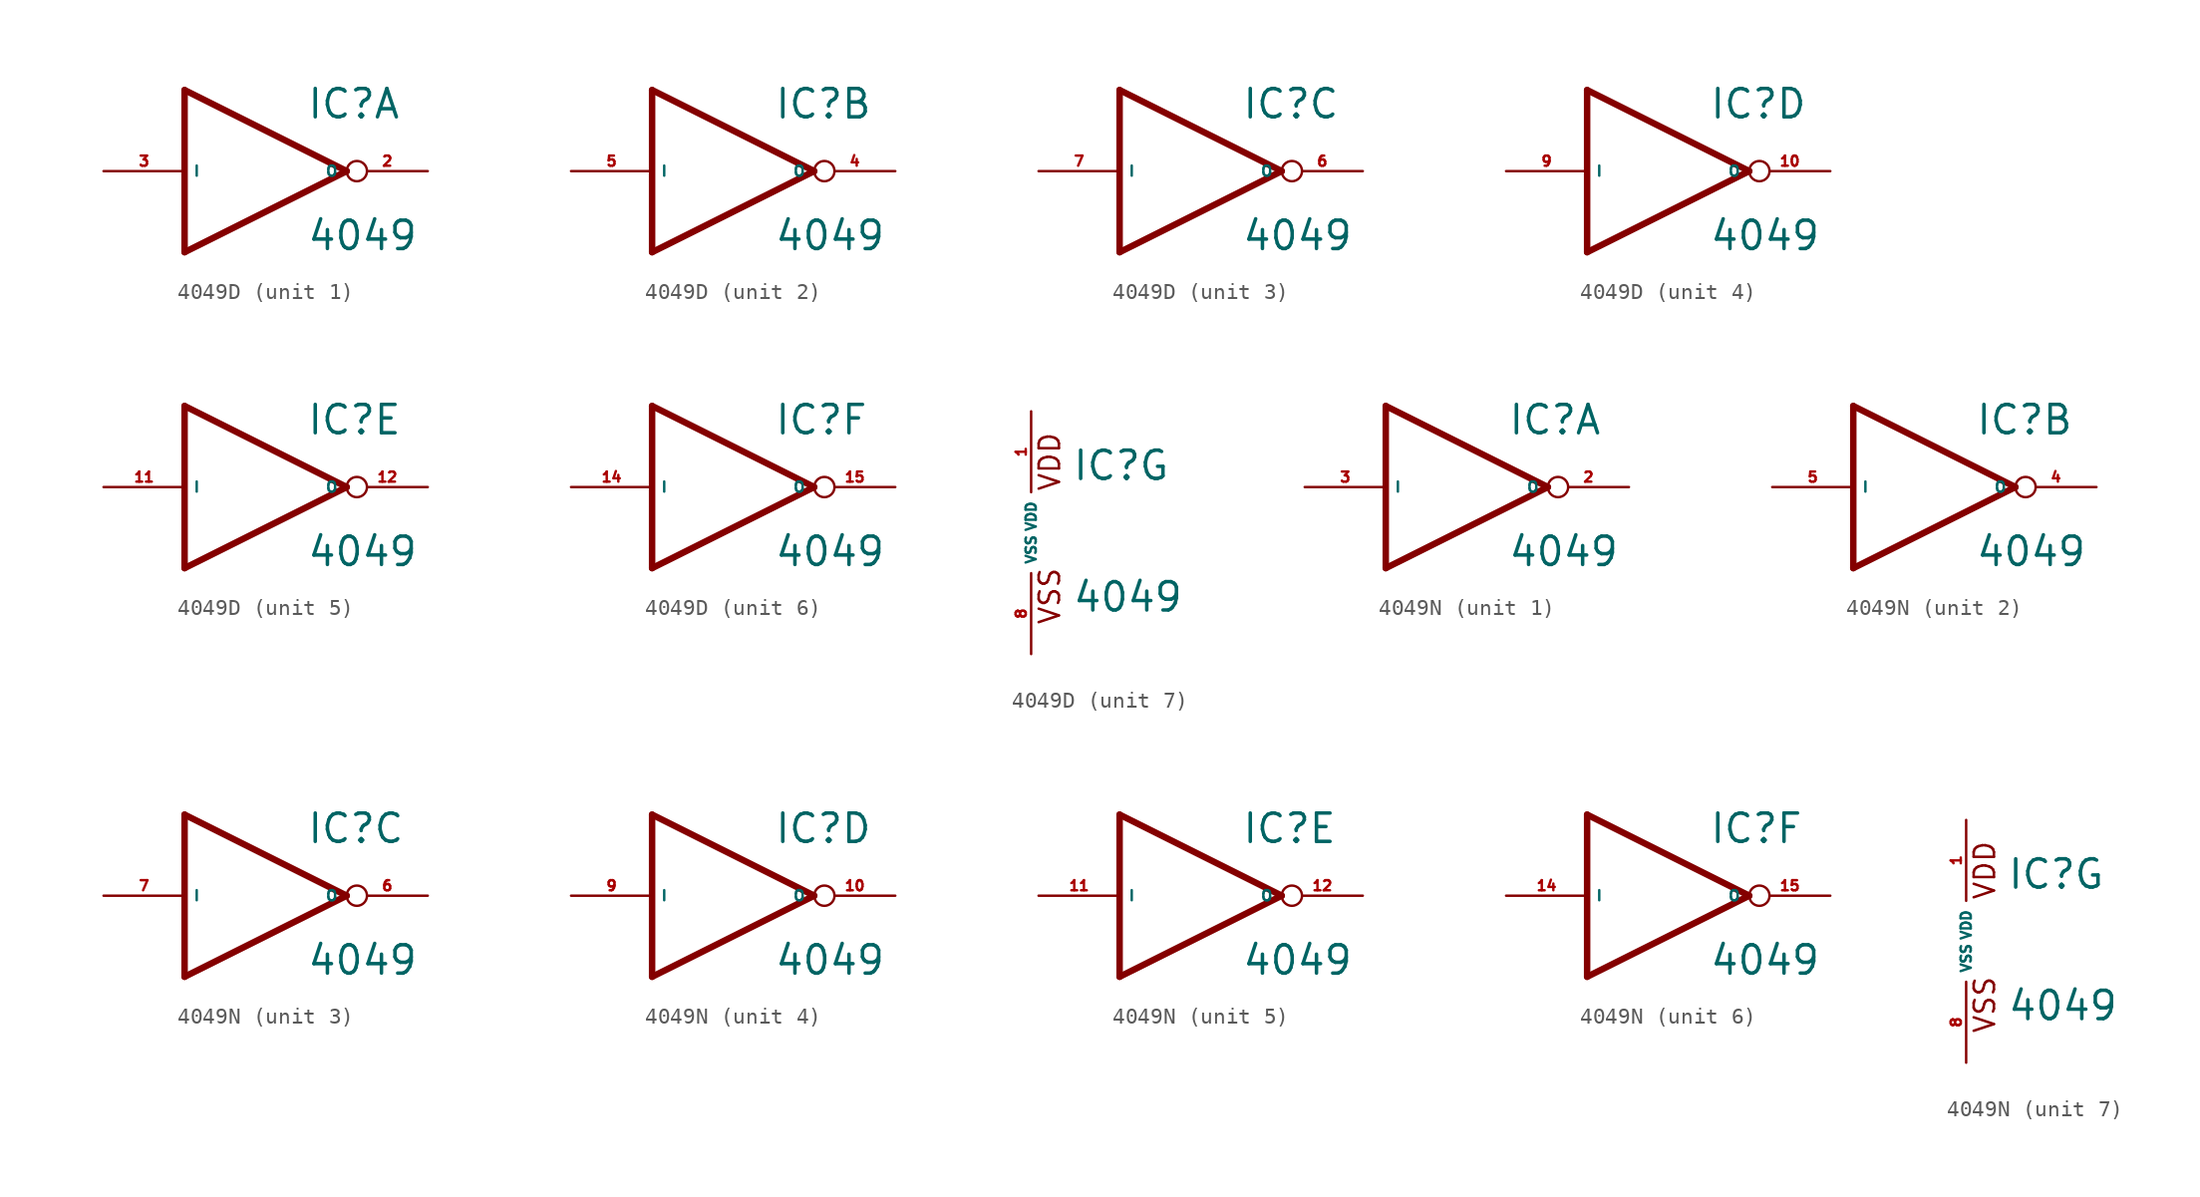
<source format=kicad_sym>
(kicad_symbol_lib
  (version 20220914)
  (generator Eagle2Kicad)
  (symbol "4049D"
    (property "Reference" "IC"
      (at 2.54 3.175 0)
      (effects (font (size 1.778 1.778) (thickness 0.22)) (justify left bottom)))
    (property "Value" "4049"
      (at 2.54 -5.08 0)
      (effects (font (size 1.778 1.778) (thickness 0.22)) (justify left bottom)))
    (symbol "4049D_1_0"
      (polyline (pts (xy -5.08 -5.08) (xy 5.08 0)) (stroke (width 0.406) (type default)) (fill (type none)))
      (polyline (pts (xy 5.08 0) (xy -5.08 5.08)) (stroke (width 0.406) (type default)) (fill (type none)))
      (polyline (pts (xy -5.08 5.08) (xy -5.08 -5.08)) (stroke (width 0.406) (type default)) (fill (type none)))
      (pin output inverted (at 10.16 0 180) (length 5.08) (name "O" (effects (font (size 0.635 0.635) (thickness 0.08)) (justify left bottom))) (number "2" (effects (font (size 0.635 0.635) (thickness 0.08)) (justify left bottom))))
      (pin input line (at -10.16 0 0) (length 5.08) (name "I" (effects (font (size 0.635 0.635) (thickness 0.08)) (justify left bottom))) (number "3" (effects (font (size 0.635 0.635) (thickness 0.08)) (justify left bottom)))))
    (symbol "4049D_2_0"
      (polyline (pts (xy -5.08 -5.08) (xy 5.08 0)) (stroke (width 0.406) (type default)) (fill (type none)))
      (polyline (pts (xy 5.08 0) (xy -5.08 5.08)) (stroke (width 0.406) (type default)) (fill (type none)))
      (polyline (pts (xy -5.08 5.08) (xy -5.08 -5.08)) (stroke (width 0.406) (type default)) (fill (type none)))
      (pin output inverted (at 10.16 0 180) (length 5.08) (name "O" (effects (font (size 0.635 0.635) (thickness 0.08)) (justify left bottom))) (number "4" (effects (font (size 0.635 0.635) (thickness 0.08)) (justify left bottom))))
      (pin input line (at -10.16 0 0) (length 5.08) (name "I" (effects (font (size 0.635 0.635) (thickness 0.08)) (justify left bottom))) (number "5" (effects (font (size 0.635 0.635) (thickness 0.08)) (justify left bottom)))))
    (symbol "4049D_3_0"
      (polyline (pts (xy -5.08 -5.08) (xy 5.08 0)) (stroke (width 0.406) (type default)) (fill (type none)))
      (polyline (pts (xy 5.08 0) (xy -5.08 5.08)) (stroke (width 0.406) (type default)) (fill (type none)))
      (polyline (pts (xy -5.08 5.08) (xy -5.08 -5.08)) (stroke (width 0.406) (type default)) (fill (type none)))
      (pin output inverted (at 10.16 0 180) (length 5.08) (name "O" (effects (font (size 0.635 0.635) (thickness 0.08)) (justify left bottom))) (number "6" (effects (font (size 0.635 0.635) (thickness 0.08)) (justify left bottom))))
      (pin input line (at -10.16 0 0) (length 5.08) (name "I" (effects (font (size 0.635 0.635) (thickness 0.08)) (justify left bottom))) (number "7" (effects (font (size 0.635 0.635) (thickness 0.08)) (justify left bottom)))))
    (symbol "4049D_4_0"
      (polyline (pts (xy -5.08 -5.08) (xy 5.08 0)) (stroke (width 0.406) (type default)) (fill (type none)))
      (polyline (pts (xy 5.08 0) (xy -5.08 5.08)) (stroke (width 0.406) (type default)) (fill (type none)))
      (polyline (pts (xy -5.08 5.08) (xy -5.08 -5.08)) (stroke (width 0.406) (type default)) (fill (type none)))
      (pin output inverted (at 10.16 0 180) (length 5.08) (name "O" (effects (font (size 0.635 0.635) (thickness 0.08)) (justify left bottom))) (number "10" (effects (font (size 0.635 0.635) (thickness 0.08)) (justify left bottom))))
      (pin input line (at -10.16 0 0) (length 5.08) (name "I" (effects (font (size 0.635 0.635) (thickness 0.08)) (justify left bottom))) (number "9" (effects (font (size 0.635 0.635) (thickness 0.08)) (justify left bottom)))))
    (symbol "4049D_5_0"
      (polyline (pts (xy -5.08 -5.08) (xy 5.08 0)) (stroke (width 0.406) (type default)) (fill (type none)))
      (polyline (pts (xy 5.08 0) (xy -5.08 5.08)) (stroke (width 0.406) (type default)) (fill (type none)))
      (polyline (pts (xy -5.08 5.08) (xy -5.08 -5.08)) (stroke (width 0.406) (type default)) (fill (type none)))
      (pin output inverted (at 10.16 0 180) (length 5.08) (name "O" (effects (font (size 0.635 0.635) (thickness 0.08)) (justify left bottom))) (number "12" (effects (font (size 0.635 0.635) (thickness 0.08)) (justify left bottom))))
      (pin input line (at -10.16 0 0) (length 5.08) (name "I" (effects (font (size 0.635 0.635) (thickness 0.08)) (justify left bottom))) (number "11" (effects (font (size 0.635 0.635) (thickness 0.08)) (justify left bottom)))))
    (symbol "4049D_6_0"
      (polyline (pts (xy -5.08 -5.08) (xy 5.08 0)) (stroke (width 0.406) (type default)) (fill (type none)))
      (polyline (pts (xy 5.08 0) (xy -5.08 5.08)) (stroke (width 0.406) (type default)) (fill (type none)))
      (polyline (pts (xy -5.08 5.08) (xy -5.08 -5.08)) (stroke (width 0.406) (type default)) (fill (type none)))
      (pin output inverted (at 10.16 0 180) (length 5.08) (name "O" (effects (font (size 0.635 0.635) (thickness 0.08)) (justify left bottom))) (number "15" (effects (font (size 0.635 0.635) (thickness 0.08)) (justify left bottom))))
      (pin input line (at -10.16 0 0) (length 5.08) (name "I" (effects (font (size 0.635 0.635) (thickness 0.08)) (justify left bottom))) (number "14" (effects (font (size 0.635 0.635) (thickness 0.08)) (justify left bottom)))))
    (symbol "4049D_7_0"
      (text "VDD" (at 1.905 2.54 900) (effects (font (size 1.27 1.27) (thickness 0.16)) (justify left bottom)))
      (text "VSS" (at 1.905 -5.842 900) (effects (font (size 1.27 1.27) (thickness 0.16)) (justify left bottom)))
      (pin unspecified line (at 0 -7.62 90) (length 5.08) (name "VSS" (effects (font (size 0.635 0.635) (thickness 0.08)) (justify left bottom))) (number "8" (effects (font (size 0.635 0.635) (thickness 0.08)) (justify left bottom))))
      (pin unspecified line (at 0 7.62 270) (length 5.08) (name "VDD" (effects (font (size 0.635 0.635) (thickness 0.08)) (justify left bottom))) (number "1" (effects (font (size 0.635 0.635) (thickness 0.08)) (justify left bottom))))))
  (symbol "4049N"
    (property "Reference" "IC"
      (at 2.54 3.175 0)
      (effects (font (size 1.778 1.778) (thickness 0.22)) (justify left bottom)))
    (property "Value" "4049"
      (at 2.54 -5.08 0)
      (effects (font (size 1.778 1.778) (thickness 0.22)) (justify left bottom)))
    (symbol "4049N_1_0"
      (polyline (pts (xy -5.08 -5.08) (xy 5.08 0)) (stroke (width 0.406) (type default)) (fill (type none)))
      (polyline (pts (xy 5.08 0) (xy -5.08 5.08)) (stroke (width 0.406) (type default)) (fill (type none)))
      (polyline (pts (xy -5.08 5.08) (xy -5.08 -5.08)) (stroke (width 0.406) (type default)) (fill (type none)))
      (pin output inverted (at 10.16 0 180) (length 5.08) (name "O" (effects (font (size 0.635 0.635) (thickness 0.08)) (justify left bottom))) (number "2" (effects (font (size 0.635 0.635) (thickness 0.08)) (justify left bottom))))
      (pin input line (at -10.16 0 0) (length 5.08) (name "I" (effects (font (size 0.635 0.635) (thickness 0.08)) (justify left bottom))) (number "3" (effects (font (size 0.635 0.635) (thickness 0.08)) (justify left bottom)))))
    (symbol "4049N_2_0"
      (polyline (pts (xy -5.08 -5.08) (xy 5.08 0)) (stroke (width 0.406) (type default)) (fill (type none)))
      (polyline (pts (xy 5.08 0) (xy -5.08 5.08)) (stroke (width 0.406) (type default)) (fill (type none)))
      (polyline (pts (xy -5.08 5.08) (xy -5.08 -5.08)) (stroke (width 0.406) (type default)) (fill (type none)))
      (pin output inverted (at 10.16 0 180) (length 5.08) (name "O" (effects (font (size 0.635 0.635) (thickness 0.08)) (justify left bottom))) (number "4" (effects (font (size 0.635 0.635) (thickness 0.08)) (justify left bottom))))
      (pin input line (at -10.16 0 0) (length 5.08) (name "I" (effects (font (size 0.635 0.635) (thickness 0.08)) (justify left bottom))) (number "5" (effects (font (size 0.635 0.635) (thickness 0.08)) (justify left bottom)))))
    (symbol "4049N_3_0"
      (polyline (pts (xy -5.08 -5.08) (xy 5.08 0)) (stroke (width 0.406) (type default)) (fill (type none)))
      (polyline (pts (xy 5.08 0) (xy -5.08 5.08)) (stroke (width 0.406) (type default)) (fill (type none)))
      (polyline (pts (xy -5.08 5.08) (xy -5.08 -5.08)) (stroke (width 0.406) (type default)) (fill (type none)))
      (pin output inverted (at 10.16 0 180) (length 5.08) (name "O" (effects (font (size 0.635 0.635) (thickness 0.08)) (justify left bottom))) (number "6" (effects (font (size 0.635 0.635) (thickness 0.08)) (justify left bottom))))
      (pin input line (at -10.16 0 0) (length 5.08) (name "I" (effects (font (size 0.635 0.635) (thickness 0.08)) (justify left bottom))) (number "7" (effects (font (size 0.635 0.635) (thickness 0.08)) (justify left bottom)))))
    (symbol "4049N_4_0"
      (polyline (pts (xy -5.08 -5.08) (xy 5.08 0)) (stroke (width 0.406) (type default)) (fill (type none)))
      (polyline (pts (xy 5.08 0) (xy -5.08 5.08)) (stroke (width 0.406) (type default)) (fill (type none)))
      (polyline (pts (xy -5.08 5.08) (xy -5.08 -5.08)) (stroke (width 0.406) (type default)) (fill (type none)))
      (pin output inverted (at 10.16 0 180) (length 5.08) (name "O" (effects (font (size 0.635 0.635) (thickness 0.08)) (justify left bottom))) (number "10" (effects (font (size 0.635 0.635) (thickness 0.08)) (justify left bottom))))
      (pin input line (at -10.16 0 0) (length 5.08) (name "I" (effects (font (size 0.635 0.635) (thickness 0.08)) (justify left bottom))) (number "9" (effects (font (size 0.635 0.635) (thickness 0.08)) (justify left bottom)))))
    (symbol "4049N_5_0"
      (polyline (pts (xy -5.08 -5.08) (xy 5.08 0)) (stroke (width 0.406) (type default)) (fill (type none)))
      (polyline (pts (xy 5.08 0) (xy -5.08 5.08)) (stroke (width 0.406) (type default)) (fill (type none)))
      (polyline (pts (xy -5.08 5.08) (xy -5.08 -5.08)) (stroke (width 0.406) (type default)) (fill (type none)))
      (pin output inverted (at 10.16 0 180) (length 5.08) (name "O" (effects (font (size 0.635 0.635) (thickness 0.08)) (justify left bottom))) (number "12" (effects (font (size 0.635 0.635) (thickness 0.08)) (justify left bottom))))
      (pin input line (at -10.16 0 0) (length 5.08) (name "I" (effects (font (size 0.635 0.635) (thickness 0.08)) (justify left bottom))) (number "11" (effects (font (size 0.635 0.635) (thickness 0.08)) (justify left bottom)))))
    (symbol "4049N_6_0"
      (polyline (pts (xy -5.08 -5.08) (xy 5.08 0)) (stroke (width 0.406) (type default)) (fill (type none)))
      (polyline (pts (xy 5.08 0) (xy -5.08 5.08)) (stroke (width 0.406) (type default)) (fill (type none)))
      (polyline (pts (xy -5.08 5.08) (xy -5.08 -5.08)) (stroke (width 0.406) (type default)) (fill (type none)))
      (pin output inverted (at 10.16 0 180) (length 5.08) (name "O" (effects (font (size 0.635 0.635) (thickness 0.08)) (justify left bottom))) (number "15" (effects (font (size 0.635 0.635) (thickness 0.08)) (justify left bottom))))
      (pin input line (at -10.16 0 0) (length 5.08) (name "I" (effects (font (size 0.635 0.635) (thickness 0.08)) (justify left bottom))) (number "14" (effects (font (size 0.635 0.635) (thickness 0.08)) (justify left bottom)))))
    (symbol "4049N_7_0"
      (text "VDD" (at 1.905 2.54 900) (effects (font (size 1.27 1.27) (thickness 0.16)) (justify left bottom)))
      (text "VSS" (at 1.905 -5.842 900) (effects (font (size 1.27 1.27) (thickness 0.16)) (justify left bottom)))
      (pin unspecified line (at 0 -7.62 90) (length 5.08) (name "VSS" (effects (font (size 0.635 0.635) (thickness 0.08)) (justify left bottom))) (number "8" (effects (font (size 0.635 0.635) (thickness 0.08)) (justify left bottom))))
      (pin unspecified line (at 0 7.62 270) (length 5.08) (name "VDD" (effects (font (size 0.635 0.635) (thickness 0.08)) (justify left bottom))) (number "1" (effects (font (size 0.635 0.635) (thickness 0.08)) (justify left bottom)))))))
</source>
